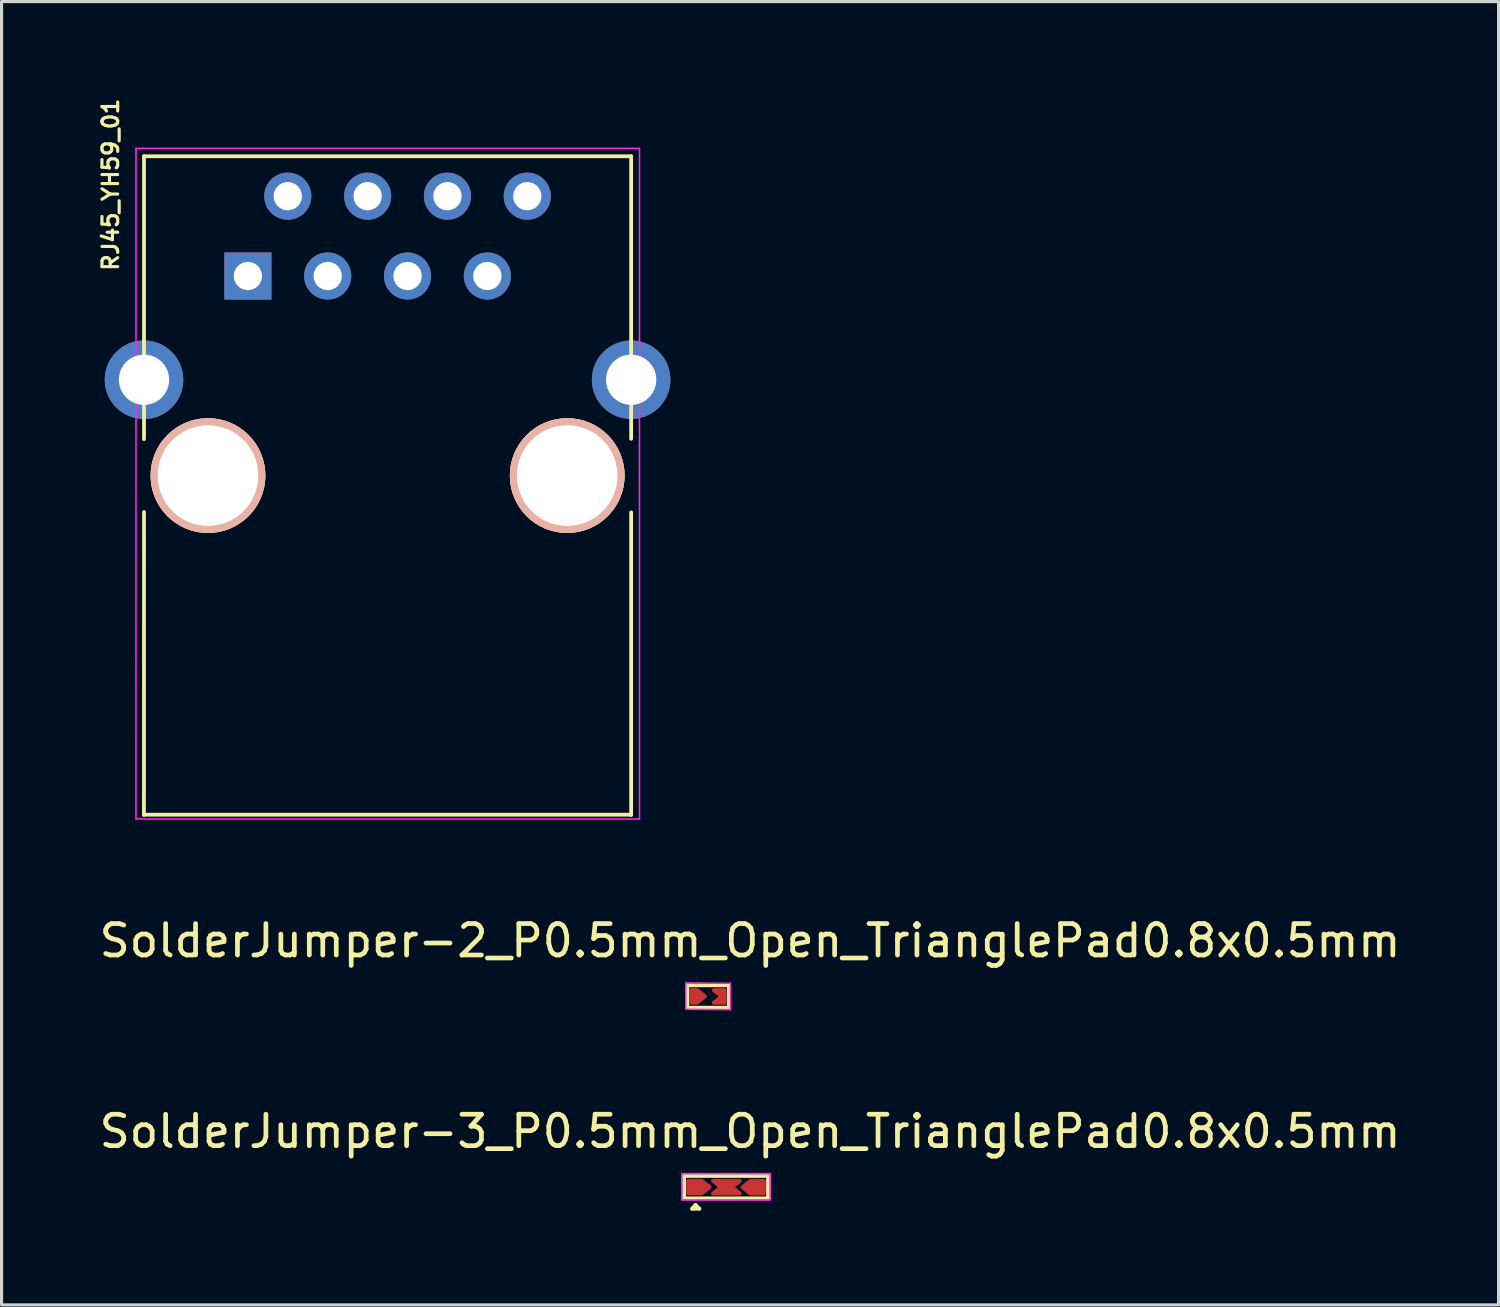
<source format=kicad_pcb>
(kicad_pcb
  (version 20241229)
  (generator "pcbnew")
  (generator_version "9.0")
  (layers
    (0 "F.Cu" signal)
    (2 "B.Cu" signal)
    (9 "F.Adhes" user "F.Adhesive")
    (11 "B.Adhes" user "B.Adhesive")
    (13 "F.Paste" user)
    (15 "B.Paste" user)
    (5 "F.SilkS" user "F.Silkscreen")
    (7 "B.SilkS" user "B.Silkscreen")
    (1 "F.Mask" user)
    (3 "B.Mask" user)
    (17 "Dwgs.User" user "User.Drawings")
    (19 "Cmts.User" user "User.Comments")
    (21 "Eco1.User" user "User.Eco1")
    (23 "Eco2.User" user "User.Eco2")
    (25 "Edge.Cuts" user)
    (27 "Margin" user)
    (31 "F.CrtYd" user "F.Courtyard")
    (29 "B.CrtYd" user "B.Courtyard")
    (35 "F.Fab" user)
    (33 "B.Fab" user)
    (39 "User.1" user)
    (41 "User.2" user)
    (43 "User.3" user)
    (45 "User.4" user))
  (footprint "SolderJumper-3_P0.5mm_Open_TrianglePad0.8x0.5mm"
    (layer "F.Cu")
    (at 20.09 34.723)
    (property "Reference" "SolderJumper-3_P0.5mm_Open_TrianglePad0.8x0.5mm" (at 0.725 -1.775 0) (layer "F.SilkS") (effects (font (size 1 1) (thickness 0.15))))
    (attr exclude_from_pos_files exclude_from_bom)
    (fp_line (start -1.372 -0.356) (end 1.295 -0.356) (stroke (width 0.12) (type solid)) (layer "F.SilkS"))
    (fp_line (start -1.372 0.356) (end -1.372 -0.356) (stroke (width 0.12) (type solid)) (layer "F.SilkS"))
    (fp_line (start -1.118 0.686) (end -0.889 0.686) (stroke (width 0.12) (type solid)) (layer "F.SilkS"))
    (fp_line (start -1.011 0.564) (end -1.118 0.686) (stroke (width 0.12) (type solid)) (layer "F.SilkS"))
    (fp_line (start -0.889 0.686) (end -1.011 0.564) (stroke (width 0.12) (type solid)) (layer "F.SilkS"))
    (fp_line (start 1.295 -0.356) (end 1.295 0.356) (stroke (width 0.12) (type solid)) (layer "F.SilkS"))
    (fp_line (start 1.295 0.356) (end -1.372 0.356) (stroke (width 0.12) (type solid)) (layer "F.SilkS"))
    (fp_line (start -1.448 -0.432) (end -1.448 0.406) (stroke (width 0.05) (type solid)) (layer "F.CrtYd"))
    (fp_line (start -1.448 -0.432) (end 1.372 -0.432) (stroke (width 0.05) (type solid)) (layer "F.CrtYd"))
    (fp_line (start 1.372 0.406) (end -1.448 0.406) (stroke (width 0.05) (type solid)) (layer "F.CrtYd"))
    (fp_line (start 1.372 0.406) (end 1.372 -0.432) (stroke (width 0.05) (type solid)) (layer "F.CrtYd"))
    (pad "" smd rect (at -0.635 -0.001) (size 1.219 0.529) (layers "F.Mask"))
    (pad "" smd rect (at 0.559 0.006) (size 1.168 0.52) (layers "F.Mask"))
    (pad "1" smd custom (at -1.118 0.051) (size 0.3 0.3) (layers "F.Cu" "F.Mask" "F.Paste") (options (anchor circle)) (primitives (gr_poly (pts (xy 0.559 -0.053) (xy 0.305 0.15) (xy -0.127 0.15) (xy -0.127 -0.256) (xy 0.305 -0.256)) (width 0.12) (fill yes))))
    (pad "2" smd custom (at -0.051 0) (size 0.3 0.3) (layers "F.Cu" "F.Mask" "F.Paste") (options (anchor circle)) (primitives (gr_poly (pts (xy 0.203 0) (xy 0.457 0.203) (xy -0.406 0.203) (xy -0.15 0) (xy -0.406 -0.203) (xy 0.457 -0.203)) (width 0.12) (fill yes))))
    (pad "3" smd custom (at 1.041 -0.051 180) (size 0.3 0.3) (layers "F.Cu" "F.Mask" "F.Paste") (options (anchor circle)) (primitives (gr_poly (pts (xy 0.559 -0.053) (xy 0.305 0.15) (xy -0.127 0.15) (xy -0.127 -0.256) (xy 0.305 -0.256)) (width 0.12) (fill yes)))))
  (footprint "SolderJumper-2_P0.5mm_Open_TrianglePad0.8x0.5mm"
    (layer "F.Cu")
    (at 20.09 28.656)
    (property "Reference" "SolderJumper-2_P0.5mm_Open_TrianglePad0.8x0.5mm" (at 0.725 -1.775 0) (layer "F.SilkS") (effects (font (size 1 1) (thickness 0.15))))
    (attr exclude_from_pos_files exclude_from_bom)
    (fp_line (start -1.27 -0.356) (end 0.051 -0.356) (stroke (width 0.12) (type solid)) (layer "F.SilkS"))
    (fp_line (start -1.27 0.356) (end -1.27 -0.356) (stroke (width 0.12) (type solid)) (layer "F.SilkS"))
    (fp_line (start 0.051 -0.356) (end 0.051 0.356) (stroke (width 0.12) (type solid)) (layer "F.SilkS"))
    (fp_line (start 0.051 0.356) (end -1.27 0.356) (stroke (width 0.12) (type solid)) (layer "F.SilkS"))
    (fp_line (start -1.321 -0.432) (end -1.321 0.406) (stroke (width 0.05) (type solid)) (layer "F.CrtYd"))
    (fp_line (start -1.321 -0.432) (end 0.102 -0.419) (stroke (width 0.05) (type solid)) (layer "F.CrtYd"))
    (fp_line (start 0.102 0.419) (end -1.321 0.406) (stroke (width 0.05) (type solid)) (layer "F.CrtYd"))
    (fp_line (start 0.102 0.419) (end 0.102 -0.419) (stroke (width 0.05) (type solid)) (layer "F.CrtYd"))
    (pad "" smd rect (at -0.521 -0.002) (size 0.991 0.526) (layers "F.Mask"))
    (pad "1" smd custom (at -1.016 -0.002) (size 0.3 0.3) (layers "F.Cu" "F.Mask" "F.Paste") (options (anchor circle)) (primitives (gr_poly (pts (xy 0.308 -0.002) (xy 0.054 0.201) (xy -0.123 0.201) (xy -0.123 -0.206) (xy 0.054 -0.206)) (width 0.12) (fill yes))))
    (pad "2" smd custom (at -0.178 0) (size 0.198 0.198) (layers "F.Cu" "F.Mask" "F.Paste") (options (anchor circle)) (primitives (gr_poly (pts (xy 0.099 0.203) (xy -0.256 0.203) (xy 0 0) (xy -0.256 -0.203) (xy 0.099 -0.203)) (width 0.12) (fill yes)))))
  (footprint "RJ45_YH59_01"
    (layer "F.Cu")
    (at 4.832 5.736)
    (property "Reference" "RJ45_YH59_01" (at -4.364 -2.91 270) (layer "F.SilkS") (effects (font (size 0.5 0.5) (thickness 0.1))))
    (attr through_hole)
    (fp_line (start -3.3 -3.814) (end -3.3 5.186) (stroke (width 0.12) (type solid)) (layer "F.SilkS"))
    (fp_line (start -3.3 7.506) (end -3.302 17.145) (stroke (width 0.12) (type solid)) (layer "F.SilkS"))
    (fp_line (start -3.3 17.136) (end 12.2 17.136) (stroke (width 0.12) (type solid)) (layer "F.SilkS"))
    (fp_line (start 12.2 -3.814) (end -3.3 -3.814) (stroke (width 0.12) (type solid)) (layer "F.SilkS"))
    (fp_line (start 12.2 -3.814) (end 12.2 5.176) (stroke (width 0.12) (type solid)) (layer "F.SilkS"))
    (fp_line (start 12.2 7.516) (end 12.2 17.145) (stroke (width 0.12) (type solid)) (layer "F.SilkS"))
    (fp_line (start -3.555 -4.064) (end -3.556 17.272) (stroke (width 0.05) (type solid)) (layer "F.CrtYd"))
    (fp_line (start -3.555 -4.064) (end 12.465 -4.064) (stroke (width 0.05) (type solid)) (layer "F.CrtYd"))
    (fp_line (start 12.464 17.272) (end -3.556 17.272) (stroke (width 0.05) (type solid)) (layer "F.CrtYd"))
    (fp_line (start 12.465 17.272) (end 12.465 -4.064) (stroke (width 0.05) (type solid)) (layer "F.CrtYd"))
    (pad "" np_thru_hole circle (at -1.265 6.346) (size 3.65 3.65) (drill 3.2) (layers "*.Cu" "*.SilkS" "*.Mask"))
    (pad "" np_thru_hole circle (at 10.165 6.346) (size 3.65 3.65) (drill 3.2) (layers "*.Cu" "*.SilkS" "*.Mask"))
    (pad "1" thru_hole rect (at 0.005 -0.004) (size 1.5 1.5) (drill 0.9) (layers "*.Cu" "*.Mask"))
    (pad "2" thru_hole circle (at 1.275 -2.544) (size 1.5 1.5) (drill 0.9) (layers "*.Cu" "*.Mask"))
    (pad "3" thru_hole circle (at 2.545 -0.004) (size 1.5 1.5) (drill 0.9) (layers "*.Cu" "*.Mask"))
    (pad "4" thru_hole circle (at 3.815 -2.544) (size 1.5 1.5) (drill 0.9) (layers "*.Cu" "*.Mask"))
    (pad "5" thru_hole circle (at 5.085 -0.004) (size 1.5 1.5) (drill 0.9) (layers "*.Cu" "*.Mask"))
    (pad "6" thru_hole circle (at 6.355 -2.544) (size 1.5 1.5) (drill 0.9) (layers "*.Cu" "*.Mask"))
    (pad "7" thru_hole circle (at 7.625 -0.004) (size 1.5 1.5) (drill 0.9) (layers "*.Cu" "*.Mask"))
    (pad "8" thru_hole circle (at 8.895 -2.544) (size 1.5 1.5) (drill 0.9) (layers "*.Cu" "*.Mask"))
    (pad "SH" thru_hole circle (at -3.3 3.296) (size 2.5 2.5) (drill 1.6) (layers "*.Cu" "*.Mask"))
    (pad "SH" thru_hole circle (at 12.2 3.296) (size 2.5 2.5) (drill 1.6) (layers "*.Cu" "*.Mask")))
  (gr_rect
    (start -3 -3)
    (end 44.631 38.469)
    (stroke (width 0.1) (type default))
    (fill no)
    (layer "Edge.Cuts")))
</source>
